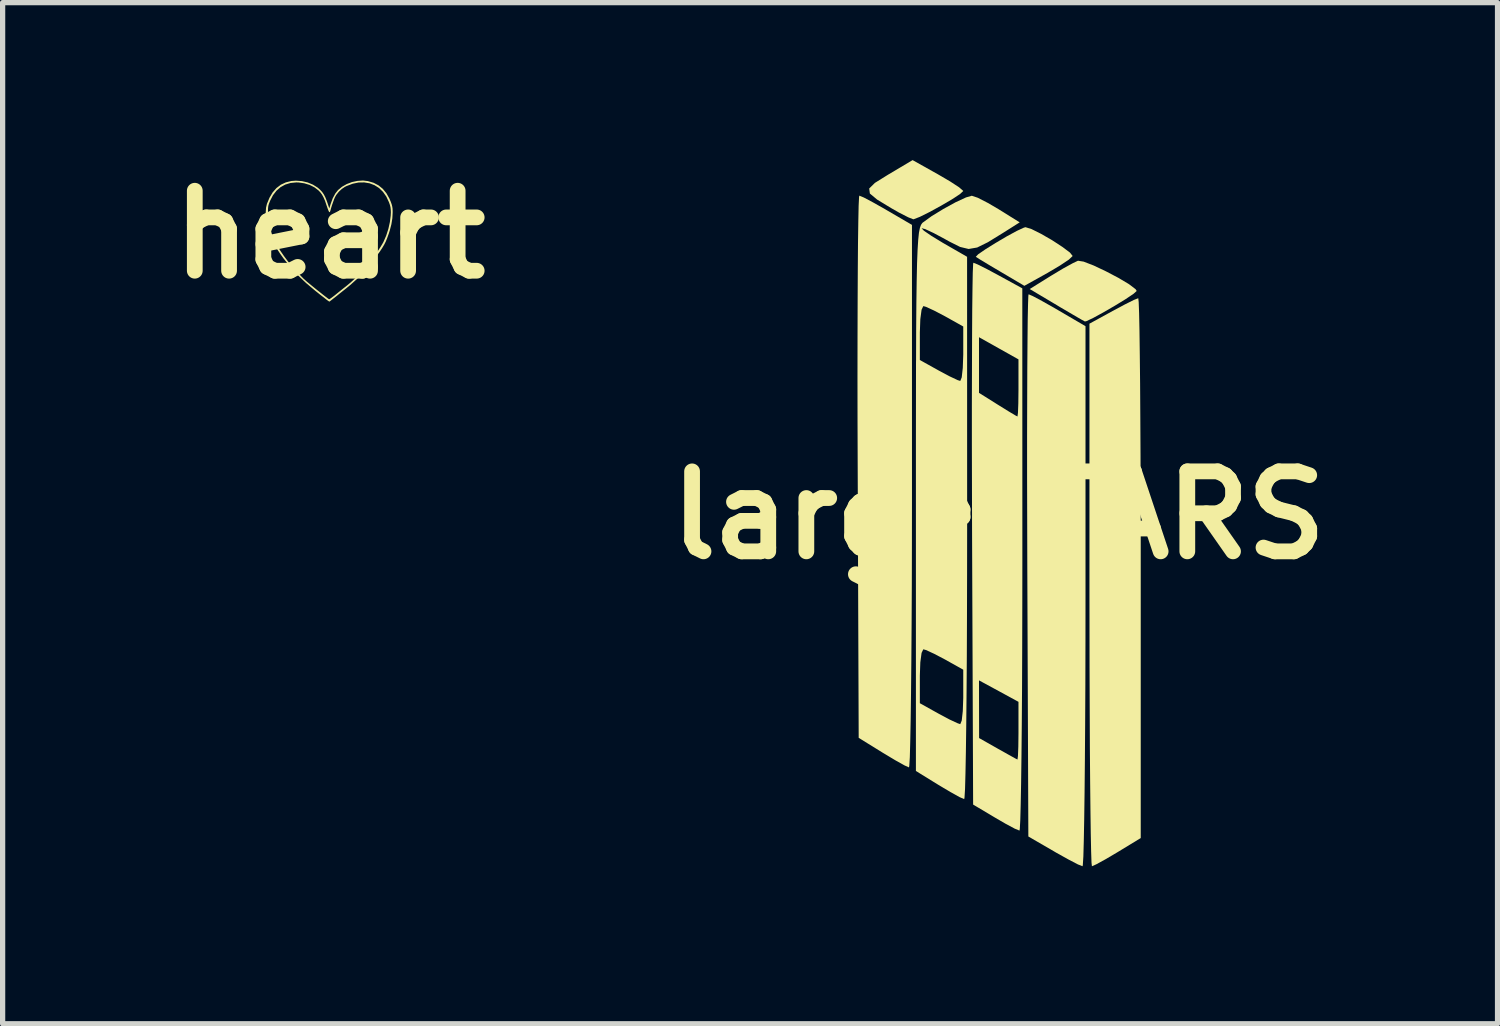
<source format=kicad_pcb>
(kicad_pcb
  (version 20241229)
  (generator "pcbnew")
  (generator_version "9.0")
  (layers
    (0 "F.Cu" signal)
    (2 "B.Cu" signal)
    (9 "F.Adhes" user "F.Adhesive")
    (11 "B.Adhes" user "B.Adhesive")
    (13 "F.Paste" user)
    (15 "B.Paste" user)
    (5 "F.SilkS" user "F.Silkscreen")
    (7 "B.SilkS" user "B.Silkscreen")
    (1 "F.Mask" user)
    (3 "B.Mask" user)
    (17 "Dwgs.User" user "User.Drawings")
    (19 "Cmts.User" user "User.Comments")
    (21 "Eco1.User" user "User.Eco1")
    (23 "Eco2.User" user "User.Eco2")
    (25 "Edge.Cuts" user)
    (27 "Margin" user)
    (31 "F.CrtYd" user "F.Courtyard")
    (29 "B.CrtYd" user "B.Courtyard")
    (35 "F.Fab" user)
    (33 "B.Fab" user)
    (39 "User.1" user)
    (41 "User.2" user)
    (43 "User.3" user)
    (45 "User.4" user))
  (footprint "large TARS"
    (layer "F.Cu")
    (at 15.976 6.764)
    (property "Reference" "large TARS" (at 0 0 0) (layer "F.SilkS") (effects (font (size 1.524 1.524) (thickness 0.3))))
    (attr board_only exclude_from_pos_files exclude_from_bom)
    (fp_poly (pts (xy -1.159 -6.494) (xy -0.925 -6.357) (xy -0.754 -6.245) (xy -0.678 -6.179) (xy -0.677 -6.174) (xy -0.738 -6.117) (xy -0.892 -6.016) (xy -1.099 -5.895) (xy -1.316 -5.776) (xy -1.503 -5.683) (xy -1.619 -5.638) (xy -1.629 -5.637) (xy -1.723 -5.674) (xy -1.901 -5.765) (xy -2.05 -5.85) (xy -2.317 -6.012) (xy -2.455 -6.127) (xy -2.468 -6.223) (xy -2.359 -6.33) (xy -2.128 -6.474) (xy -2.102 -6.49) (xy -1.641 -6.764)) (stroke (width 0) (type solid)) (fill yes) (layer "F.SilkS"))
    (fp_poly (pts (xy 1.617 -4.83) (xy 1.809 -4.756) (xy 2.043 -4.645) (xy 2.281 -4.52) (xy 2.482 -4.4) (xy 2.607 -4.305) (xy 2.628 -4.271) (xy 2.569 -4.218) (xy 2.418 -4.116) (xy 2.212 -3.99) (xy 1.993 -3.863) (xy 1.799 -3.757) (xy 1.67 -3.696) (xy 1.641 -3.69) (xy 1.569 -3.729) (xy 1.401 -3.827) (xy 1.169 -3.963) (xy 1.103 -4.003) (xy 0.59 -4.308) (xy 0.99 -4.557) (xy 1.221 -4.696) (xy 1.414 -4.802) (xy 1.51 -4.847)) (stroke (width 0) (type solid)) (fill yes) (layer "F.SilkS"))
    (fp_poly (pts (xy 0.625 -5.45) (xy 0.807 -5.359) (xy 1.017 -5.238) (xy 1.213 -5.11) (xy 1.357 -5.002) (xy 1.408 -4.937) (xy 1.407 -4.936) (xy 1.335 -4.868) (xy 1.166 -4.755) (xy 0.938 -4.62) (xy 0.937 -4.619) (xy 0.488 -4.369) (xy 0.038 -4.635) (xy -0.19 -4.77) (xy -0.359 -4.872) (xy -0.436 -4.921) (xy -0.437 -4.922) (xy -0.393 -4.969) (xy -0.255 -5.064) (xy -0.061 -5.185) (xy 0.151 -5.31) (xy 0.344 -5.415) (xy 0.478 -5.477) (xy 0.51 -5.486)) (stroke (width 0) (type solid)) (fill yes) (layer "F.SilkS"))
    (fp_poly (pts (xy 2.666 -4.06) (xy 2.674 -3.849) (xy 2.681 -3.512) (xy 2.687 -3.061) (xy 2.693 -2.508) (xy 2.697 -1.866) (xy 2.701 -1.146) (xy 2.704 -0.362) (xy 2.705 0.476) (xy 2.705 1.009) (xy 2.705 6.151) (xy 2.263 6.42) (xy 2.036 6.554) (xy 1.861 6.65) (xy 1.776 6.688) (xy 1.775 6.688) (xy 1.767 6.615) (xy 1.76 6.404) (xy 1.753 6.066) (xy 1.747 5.615) (xy 1.741 5.062) (xy 1.736 4.42) (xy 1.733 3.699) (xy 1.73 2.914) (xy 1.729 2.075) (xy 1.728 1.52) (xy 1.728 -3.648) (xy 2.17 -3.89) (xy 2.4 -4.013) (xy 2.576 -4.101) (xy 2.658 -4.133)) (stroke (width 0) (type solid)) (fill yes) (layer "F.SilkS"))
    (fp_poly (pts (xy -2.571 -6.052) (xy -2.394 -5.958) (xy -2.16 -5.826) (xy -2.13 -5.808) (xy -1.653 -5.53) (xy -1.653 -0.36) (xy -1.654 0.506) (xy -1.656 1.327) (xy -1.66 2.09) (xy -1.665 2.783) (xy -1.671 3.394) (xy -1.678 3.91) (xy -1.686 4.321) (xy -1.694 4.613) (xy -1.704 4.775) (xy -1.71 4.805) (xy -1.797 4.766) (xy -1.974 4.667) (xy -2.204 4.529) (xy -2.217 4.521) (xy -2.668 4.242) (xy -2.687 -0.922) (xy -2.69 -1.788) (xy -2.691 -2.609) (xy -2.69 -3.372) (xy -2.688 -4.065) (xy -2.685 -4.676) (xy -2.681 -5.192) (xy -2.675 -5.603) (xy -2.669 -5.896) (xy -2.661 -6.057) (xy -2.656 -6.087)) (stroke (width 0) (type solid)) (fill yes) (layer "F.SilkS"))
    (fp_poly (pts (xy 0.65 -4.173) (xy 0.826 -4.079) (xy 1.063 -3.945) (xy 1.133 -3.904) (xy 1.653 -3.6) (xy 1.653 1.544) (xy 1.652 2.408) (xy 1.65 3.227) (xy 1.646 3.988) (xy 1.641 4.679) (xy 1.635 5.288) (xy 1.628 5.803) (xy 1.62 6.211) (xy 1.612 6.501) (xy 1.602 6.66) (xy 1.597 6.688) (xy 1.508 6.653) (xy 1.328 6.559) (xy 1.091 6.427) (xy 1.052 6.404) (xy 0.564 6.121) (xy 0.544 0.956) (xy 0.542 0.09) (xy 0.54 -0.73) (xy 0.54 -1.493) (xy 0.542 -2.186) (xy 0.544 -2.797) (xy 0.548 -3.314) (xy 0.552 -3.725) (xy 0.558 -4.017) (xy 0.564 -4.179) (xy 0.569 -4.208)) (stroke (width 0) (type solid)) (fill yes) (layer "F.SilkS"))
    (fp_poly (pts (xy -0.401 -4.776) (xy -0.225 -4.688) (xy 0.004 -4.565) (xy 0.449 -4.321) (xy 0.45 0.845) (xy 0.449 1.711) (xy 0.447 2.532) (xy 0.444 3.295) (xy 0.439 3.987) (xy 0.433 4.598) (xy 0.426 5.115) (xy 0.418 5.526) (xy 0.41 5.818) (xy 0.401 5.979) (xy 0.395 6.009) (xy 0.305 5.972) (xy 0.128 5.877) (xy -0.075 5.759) (xy -0.488 5.513) (xy -0.497 3.147) (xy -0.376 3.147) (xy -0.375 3.696) (xy -0.374 4.246) (xy -0.018 4.448) (xy 0.182 4.56) (xy 0.319 4.636) (xy 0.357 4.655) (xy 0.366 4.588) (xy 0.373 4.408) (xy 0.376 4.151) (xy 0.376 4.108) (xy 0.376 3.556) (xy 0 3.351) (xy -0.376 3.147) (xy -0.497 3.147) (xy -0.508 0.352) (xy -0.51 -0.514) (xy -0.512 -1.334) (xy -0.512 -2.097) (xy -0.51 -2.789) (xy -0.508 -3.39) (xy -0.376 -3.39) (xy -0.376 -2.33) (xy -0.019 -2.106) (xy 0.179 -1.983) (xy 0.316 -1.901) (xy 0.357 -1.88) (xy 0.366 -1.948) (xy 0.373 -2.13) (xy 0.376 -2.387) (xy 0.376 -2.424) (xy 0.376 -2.968) (xy -0.000076 -3.179) (xy -0.376 -3.39) (xy -0.508 -3.39) (xy -0.508 -3.4) (xy -0.505 -3.916) (xy -0.5 -4.327) (xy -0.495 -4.619) (xy -0.488 -4.78) (xy -0.484 -4.809)) (stroke (width 0) (type solid)) (fill yes) (layer "F.SilkS"))
    (fp_poly (pts (xy -0.4 -6.047) (xy -0.207 -5.948) (xy -0.007 -5.831) (xy 0.399 -5.578) (xy 0.083 -5.378) (xy -0.206 -5.2) (xy -0.411 -5.099) (xy -0.574 -5.071) (xy -0.736 -5.11) (xy -0.94 -5.212) (xy -1.017 -5.255) (xy -1.239 -5.374) (xy -1.402 -5.45) (xy -1.471 -5.467) (xy -1.426 -5.419) (xy -1.28 -5.319) (xy -1.065 -5.188) (xy -1.051 -5.18) (xy -0.603 -4.922) (xy -0.602 0.244) (xy -0.603 1.11) (xy -0.605 1.931) (xy -0.608 2.694) (xy -0.613 3.386) (xy -0.619 3.997) (xy -0.626 4.514) (xy -0.634 4.925) (xy -0.642 5.217) (xy -0.652 5.379) (xy -0.658 5.409) (xy -0.746 5.371) (xy -0.922 5.273) (xy -1.146 5.14) (xy -1.578 4.873) (xy -1.578 3.582) (xy -1.503 3.582) (xy -1.146 3.781) (xy -0.938 3.892) (xy -0.783 3.964) (xy -0.733 3.981) (xy -0.705 3.913) (xy -0.685 3.733) (xy -0.676 3.479) (xy -0.676 3.463) (xy -0.676 2.944) (xy -1.024 2.749) (xy -1.232 2.64) (xy -1.387 2.569) (xy -1.437 2.555) (xy -1.47 2.624) (xy -1.494 2.804) (xy -1.503 3.058) (xy -1.503 3.068) (xy -1.503 3.582) (xy -1.578 3.582) (xy -1.578 -0.295) (xy -1.578 -1.305) (xy -1.577 -2.174) (xy -1.576 -2.915) (xy -1.575 -2.956) (xy -1.503 -2.956) (xy -1.146 -2.757) (xy -0.938 -2.646) (xy -0.783 -2.573) (xy -0.733 -2.557) (xy -0.705 -2.625) (xy -0.685 -2.805) (xy -0.676 -3.059) (xy -0.676 -3.075) (xy -0.676 -3.594) (xy -1.024 -3.789) (xy -1.232 -3.898) (xy -1.387 -3.969) (xy -1.437 -3.983) (xy -1.47 -3.914) (xy -1.494 -3.734) (xy -1.503 -3.48) (xy -1.503 -3.469) (xy -1.503 -2.956) (xy -1.575 -2.956) (xy -1.573 -3.538) (xy -1.569 -4.052) (xy -1.563 -4.47) (xy -1.556 -4.801) (xy -1.546 -5.056) (xy -1.534 -5.245) (xy -1.52 -5.381) (xy -1.502 -5.472) (xy -1.481 -5.53) (xy -1.457 -5.565) (xy -1.447 -5.574) (xy -1.279 -5.696) (xy -1.055 -5.833) (xy -0.822 -5.961) (xy -0.624 -6.053) (xy -0.513 -6.085)) (stroke (width 0) (type solid)) (fill yes) (layer "F.SilkS")))
  (footprint "heart"
    (layer "F.Cu")
    (at 3.237 1.418)
    (property "Reference" "heart" (at 0 0 0) (layer "F.SilkS") (effects (font (size 1.524 1.524) (thickness 0.3))))
    (attr board_only exclude_from_pos_files exclude_from_bom)
    (fp_poly (pts (xy 0.722 -1.018) (xy 0.83 -0.986) (xy 0.924 -0.937) (xy 1.005 -0.871) (xy 1.074 -0.787) (xy 1.131 -0.685) (xy 1.158 -0.622) (xy 1.175 -0.574) (xy 1.185 -0.534) (xy 1.191 -0.495) (xy 1.193 -0.446) (xy 1.193 -0.417) (xy 1.187 -0.308) (xy 1.169 -0.196) (xy 1.138 -0.077) (xy 1.118 -0.014) (xy 1.089 0.066) (xy 1.062 0.133) (xy 1.031 0.194) (xy 0.994 0.256) (xy 0.947 0.327) (xy 0.938 0.34) (xy 0.798 0.529) (xy 0.658 0.697) (xy 0.517 0.844) (xy 0.377 0.969) (xy 0.376 0.969) (xy 0.307 1.026) (xy 0.239 1.08) (xy 0.175 1.131) (xy 0.117 1.178) (xy 0.067 1.217) (xy 0.028 1.248) (xy 0.001 1.269) (xy -0.012 1.278) (xy -0.013 1.278) (xy -0.023 1.272) (xy -0.045 1.257) (xy -0.05 1.253) (xy -0.069 1.239) (xy -0.101 1.213) (xy -0.145 1.179) (xy -0.198 1.138) (xy -0.255 1.092) (xy -0.278 1.074) (xy -0.454 0.926) (xy -0.612 0.776) (xy -0.754 0.62) (xy -0.886 0.455) (xy -0.949 0.367) (xy -1.008 0.278) (xy -1.056 0.199) (xy -1.094 0.123) (xy -1.128 0.044) (xy -1.153 -0.028) (xy -1.193 -0.165) (xy -1.218 -0.292) (xy -1.226 -0.408) (xy -1.223 -0.452) (xy -1.182 -0.452) (xy -1.182 -0.395) (xy -1.18 -0.323) (xy -1.175 -0.259) (xy -1.165 -0.198) (xy -1.15 -0.134) (xy -1.127 -0.061) (xy -1.097 0.025) (xy -1.092 0.038) (xy -1.058 0.116) (xy -1.01 0.206) (xy -0.949 0.305) (xy -0.878 0.409) (xy -0.81 0.5) (xy -0.77 0.55) (xy -0.721 0.608) (xy -0.666 0.67) (xy -0.609 0.732) (xy -0.555 0.789) (xy -0.507 0.838) (xy -0.473 0.869) (xy -0.439 0.899) (xy -0.395 0.935) (xy -0.344 0.977) (xy -0.289 1.022) (xy -0.233 1.067) (xy -0.177 1.111) (xy -0.126 1.152) (xy -0.082 1.186) (xy -0.047 1.213) (xy -0.024 1.229) (xy -0.016 1.233) (xy -0.004 1.227) (xy 0.022 1.209) (xy 0.058 1.182) (xy 0.099 1.15) (xy 0.102 1.148) (xy 0.155 1.105) (xy 0.217 1.055) (xy 0.28 1.005) (xy 0.328 0.967) (xy 0.396 0.91) (xy 0.472 0.84) (xy 0.551 0.762) (xy 0.629 0.68) (xy 0.7 0.599) (xy 0.744 0.547) (xy 0.783 0.496) (xy 0.827 0.435) (xy 0.873 0.37) (xy 0.918 0.304) (xy 0.959 0.241) (xy 0.992 0.187) (xy 1.016 0.145) (xy 1.019 0.139) (xy 1.07 0.021) (xy 1.111 -0.106) (xy 1.14 -0.236) (xy 1.156 -0.36) (xy 1.159 -0.422) (xy 1.157 -0.475) (xy 1.152 -0.518) (xy 1.141 -0.563) (xy 1.123 -0.615) (xy 1.073 -0.722) (xy 1.009 -0.813) (xy 0.934 -0.886) (xy 0.848 -0.94) (xy 0.754 -0.976) (xy 0.651 -0.993) (xy 0.543 -0.991) (xy 0.431 -0.968) (xy 0.315 -0.924) (xy 0.283 -0.908) (xy 0.225 -0.869) (xy 0.168 -0.816) (xy 0.12 -0.756) (xy 0.097 -0.717) (xy 0.079 -0.676) (xy 0.059 -0.621) (xy 0.038 -0.561) (xy 0.02 -0.503) (xy 0.007 -0.455) (xy 0.006 -0.452) (xy -0.002 -0.431) (xy -0.013 -0.425) (xy -0.021 -0.437) (xy -0.034 -0.465) (xy -0.049 -0.507) (xy -0.066 -0.556) (xy -0.067 -0.558) (xy -0.095 -0.642) (xy -0.124 -0.708) (xy -0.154 -0.762) (xy -0.188 -0.807) (xy -0.218 -0.839) (xy -0.295 -0.898) (xy -0.387 -0.945) (xy -0.49 -0.976) (xy -0.599 -0.992) (xy -0.644 -0.993) (xy -0.754 -0.982) (xy -0.853 -0.952) (xy -0.943 -0.902) (xy -1.021 -0.834) (xy -1.088 -0.747) (xy -1.142 -0.642) (xy -1.146 -0.631) (xy -1.162 -0.592) (xy -1.172 -0.561) (xy -1.178 -0.531) (xy -1.181 -0.496) (xy -1.182 -0.452) (xy -1.223 -0.452) (xy -1.219 -0.512) (xy -1.202 -0.584) (xy -1.153 -0.702) (xy -1.093 -0.803) (xy -1.02 -0.886) (xy -0.936 -0.95) (xy -0.841 -0.994) (xy -0.736 -1.02) (xy -0.65 -1.026) (xy -0.536 -1.018) (xy -0.425 -0.992) (xy -0.324 -0.95) (xy -0.234 -0.893) (xy -0.189 -0.853) (xy -0.15 -0.811) (xy -0.117 -0.763) (xy -0.088 -0.706) (xy -0.06 -0.635) (xy -0.046 -0.594) (xy -0.014 -0.499) (xy 0.011 -0.58) (xy 0.052 -0.692) (xy 0.102 -0.784) (xy 0.153 -0.848) (xy 0.229 -0.911) (xy 0.319 -0.962) (xy 0.419 -1) (xy 0.524 -1.022) (xy 0.628 -1.029)) (stroke (width 0) (type solid)) (fill yes) (layer "F.SilkS")))
  (gr_rect
    (start -3 -3)
    (end 25.478 16.452)
    (stroke (width 0.1) (type default))
    (fill no)
    (layer "Edge.Cuts")))
</source>
